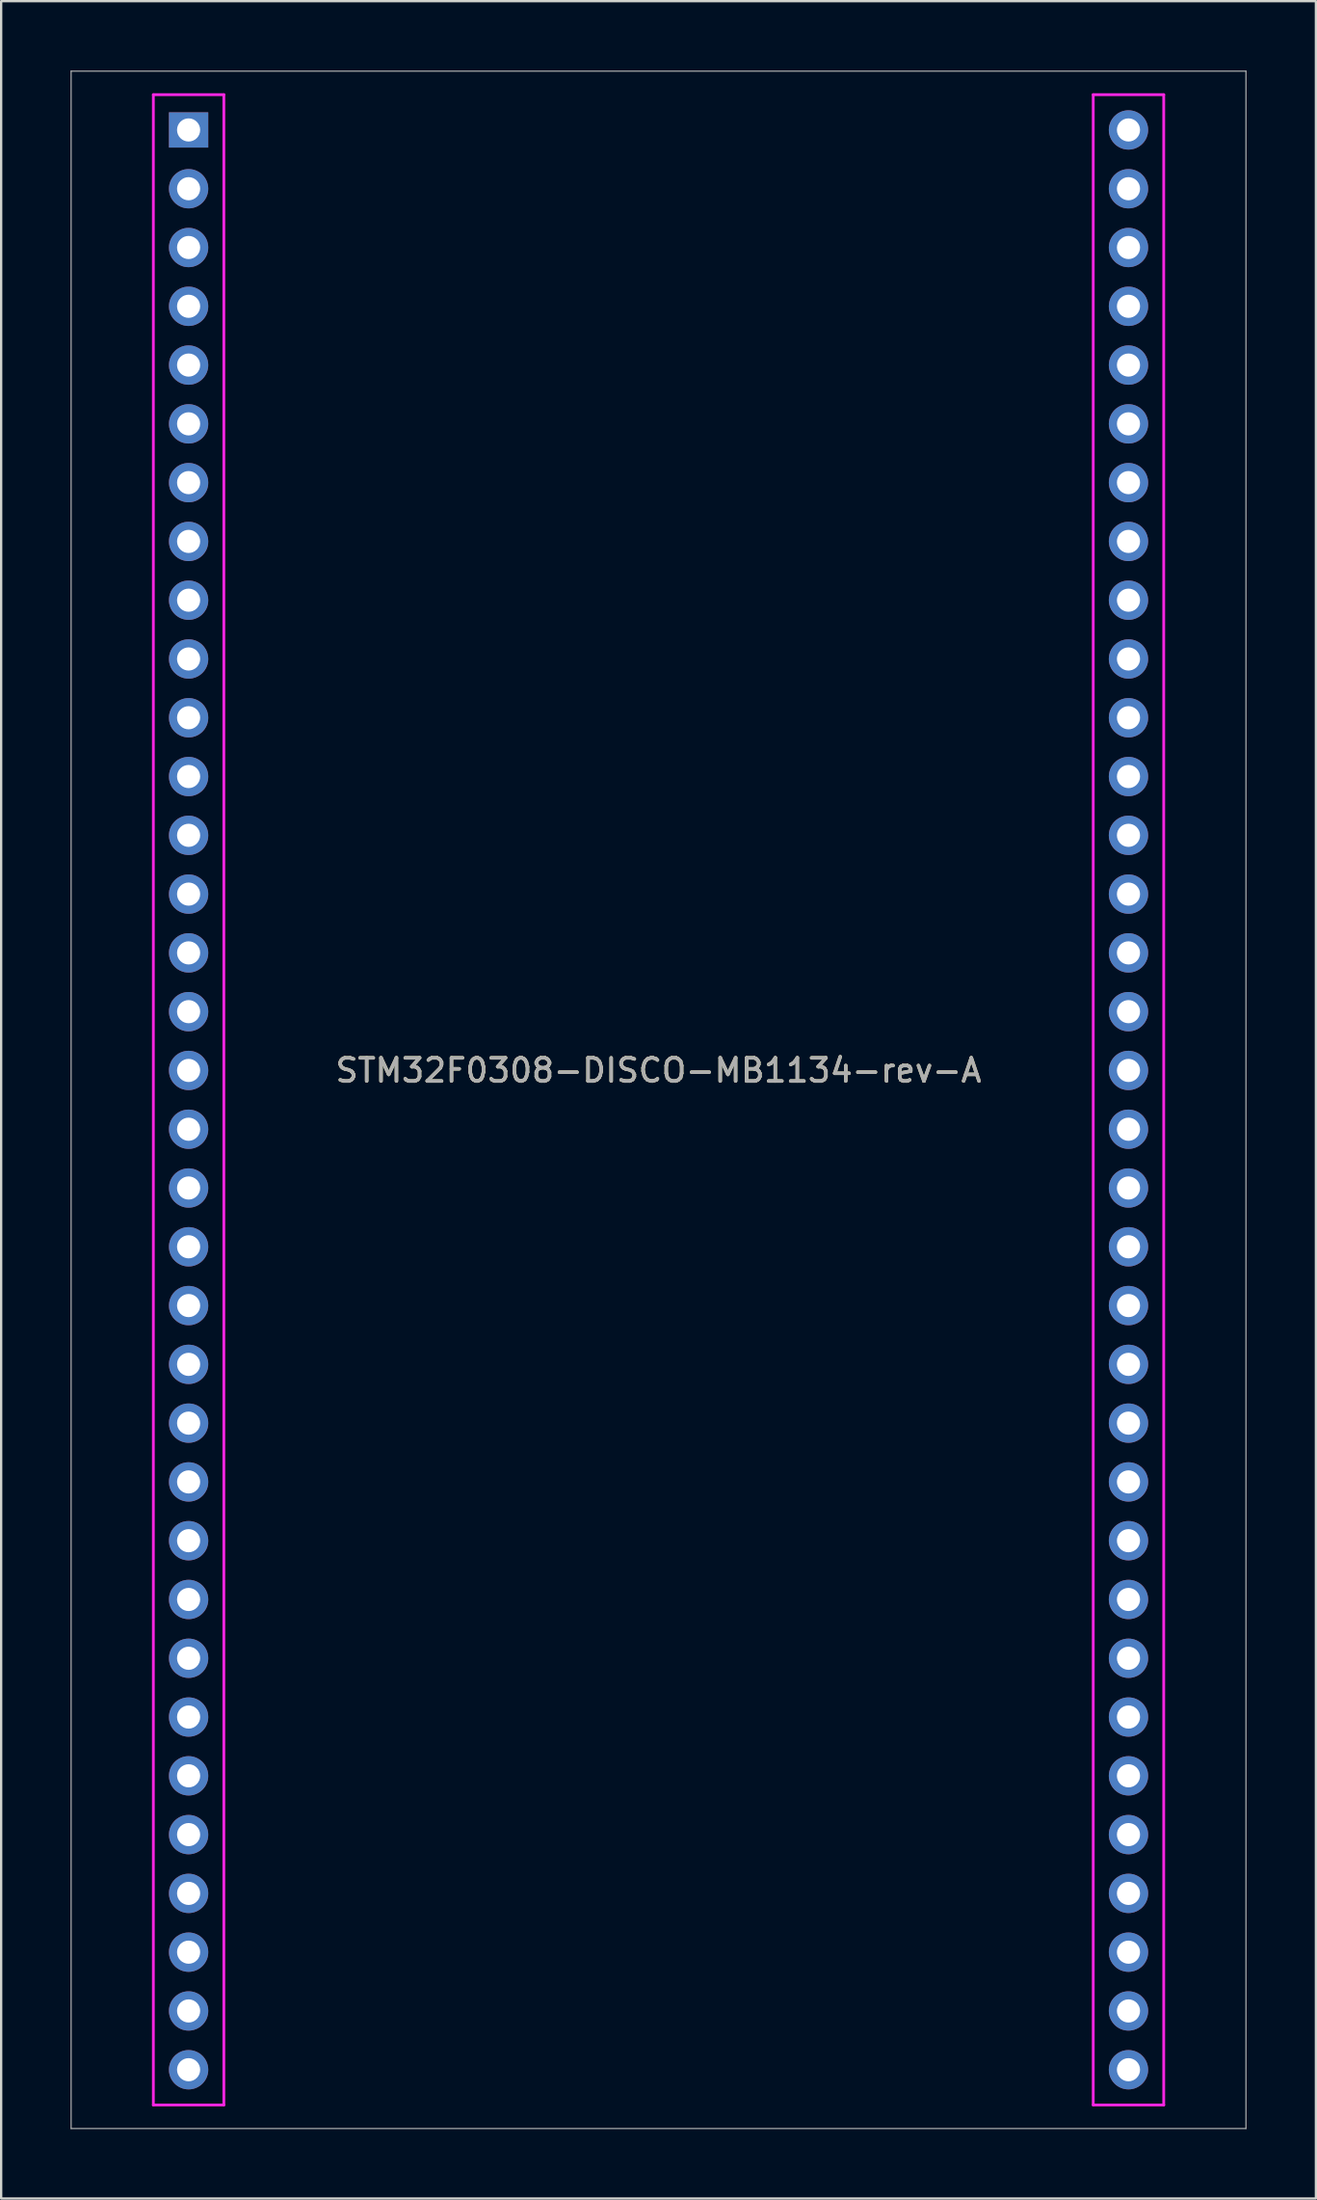
<source format=kicad_pcb>
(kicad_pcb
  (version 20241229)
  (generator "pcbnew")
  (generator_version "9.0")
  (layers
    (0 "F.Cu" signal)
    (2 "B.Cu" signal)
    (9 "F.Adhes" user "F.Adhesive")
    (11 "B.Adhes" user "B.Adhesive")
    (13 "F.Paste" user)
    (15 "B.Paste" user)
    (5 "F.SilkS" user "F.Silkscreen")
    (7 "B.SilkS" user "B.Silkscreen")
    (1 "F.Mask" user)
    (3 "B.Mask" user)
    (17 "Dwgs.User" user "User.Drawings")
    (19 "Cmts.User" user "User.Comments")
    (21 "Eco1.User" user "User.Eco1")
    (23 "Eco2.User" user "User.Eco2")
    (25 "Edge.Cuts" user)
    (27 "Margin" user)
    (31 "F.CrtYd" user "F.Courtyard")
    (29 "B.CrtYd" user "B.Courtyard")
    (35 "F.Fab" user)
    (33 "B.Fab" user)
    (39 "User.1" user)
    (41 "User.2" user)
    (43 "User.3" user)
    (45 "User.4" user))
  (footprint "STM32F0308-DISCO-MB1134-rev-A"
    (layer "F.Cu")
    (at 25.425 43.205)
    (property "Reference" "STM32F0308-DISCO-MB1134-rev-A" (at 0 0 0) (layer "F.SilkS") (effects (font (size 1 1) (thickness 0.15))))
    (attr through_hole)
    (fp_line (start -21.844 -42.164) (end -21.844 44.704) (stroke (width 0.12) (type solid)) (layer "F.CrtYd"))
    (fp_line (start -21.844 44.704) (end -18.796 44.704) (stroke (width 0.12) (type solid)) (layer "F.CrtYd"))
    (fp_line (start -18.796 -42.164) (end -21.844 -42.164) (stroke (width 0.12) (type solid)) (layer "F.CrtYd"))
    (fp_line (start -18.796 44.704) (end -18.796 -42.164) (stroke (width 0.12) (type solid)) (layer "F.CrtYd"))
    (fp_line (start 18.796 -42.164) (end 18.796 44.704) (stroke (width 0.12) (type solid)) (layer "F.CrtYd"))
    (fp_line (start 18.796 44.704) (end 21.844 44.704) (stroke (width 0.12) (type solid)) (layer "F.CrtYd"))
    (fp_line (start 21.844 -42.164) (end 18.796 -42.164) (stroke (width 0.12) (type solid)) (layer "F.CrtYd"))
    (fp_line (start 21.844 44.704) (end 21.844 -42.164) (stroke (width 0.12) (type solid)) (layer "F.CrtYd"))
    (fp_line (start -25.4 -43.18) (end 25.4 -43.18) (stroke (width 0.05) (type solid)) (layer "F.Fab"))
    (fp_line (start -25.4 45.72) (end -25.4 -43.18) (stroke (width 0.05) (type solid)) (layer "F.Fab"))
    (fp_line (start 25.4 -43.18) (end 25.4 45.72) (stroke (width 0.05) (type solid)) (layer "F.Fab"))
    (fp_line (start 25.4 45.72) (end -25.4 45.72) (stroke (width 0.05) (type solid)) (layer "F.Fab"))
    (fp_text user "${REFERENCE}" (at 0 0 0) (layer "F.Fab") (effects (font (size 1 1) (thickness 0.15))))
    (pad "1" thru_hole rect (at -20.32 -40.64) (size 1.7 1.524) (drill 1) (layers "*.Cu" "*.Mask"))
    (pad "2" thru_hole circle (at -20.32 -38.1) (size 1.7 1.7) (drill 1) (layers "*.Cu" "*.Mask"))
    (pad "3" thru_hole circle (at -20.32 -35.56) (size 1.7 1.7) (drill 1) (layers "*.Cu" "*.Mask"))
    (pad "4" thru_hole circle (at -20.32 -33.02) (size 1.7 1.7) (drill 1) (layers "*.Cu" "*.Mask"))
    (pad "5" thru_hole circle (at -20.32 -30.48) (size 1.7 1.7) (drill 1) (layers "*.Cu" "*.Mask"))
    (pad "6" thru_hole circle (at -20.32 -27.94) (size 1.7 1.7) (drill 1) (layers "*.Cu" "*.Mask"))
    (pad "7" thru_hole circle (at -20.32 -25.4) (size 1.7 1.7) (drill 1) (layers "*.Cu" "*.Mask"))
    (pad "8" thru_hole circle (at -20.32 -22.86) (size 1.7 1.7) (drill 1) (layers "*.Cu" "*.Mask"))
    (pad "9" thru_hole circle (at -20.32 -20.32) (size 1.7 1.7) (drill 1) (layers "*.Cu" "*.Mask"))
    (pad "10" thru_hole circle (at -20.32 -17.78) (size 1.7 1.7) (drill 1) (layers "*.Cu" "*.Mask"))
    (pad "11" thru_hole circle (at -20.32 -15.24) (size 1.7 1.7) (drill 1) (layers "*.Cu" "*.Mask"))
    (pad "12" thru_hole circle (at -20.32 -12.7) (size 1.7 1.7) (drill 1) (layers "*.Cu" "*.Mask"))
    (pad "13" thru_hole circle (at -20.32 -10.16) (size 1.7 1.7) (drill 1) (layers "*.Cu" "*.Mask"))
    (pad "14" thru_hole circle (at -20.32 -7.62) (size 1.7 1.7) (drill 1) (layers "*.Cu" "*.Mask"))
    (pad "15" thru_hole circle (at -20.32 -5.08) (size 1.7 1.7) (drill 1) (layers "*.Cu" "*.Mask"))
    (pad "16" thru_hole circle (at -20.32 -2.54) (size 1.7 1.7) (drill 1) (layers "*.Cu" "*.Mask"))
    (pad "17" thru_hole circle (at -20.32 0) (size 1.7 1.7) (drill 1) (layers "*.Cu" "*.Mask"))
    (pad "18" thru_hole circle (at -20.32 2.54) (size 1.7 1.7) (drill 1) (layers "*.Cu" "*.Mask"))
    (pad "19" thru_hole circle (at -20.32 5.08) (size 1.7 1.7) (drill 1) (layers "*.Cu" "*.Mask"))
    (pad "20" thru_hole circle (at -20.32 7.62) (size 1.7 1.7) (drill 1) (layers "*.Cu" "*.Mask"))
    (pad "21" thru_hole circle (at -20.32 10.16) (size 1.7 1.7) (drill 1) (layers "*.Cu" "*.Mask"))
    (pad "22" thru_hole circle (at -20.32 12.7) (size 1.7 1.7) (drill 1) (layers "*.Cu" "*.Mask"))
    (pad "23" thru_hole circle (at -20.32 15.24) (size 1.7 1.7) (drill 1) (layers "*.Cu" "*.Mask"))
    (pad "24" thru_hole circle (at -20.32 17.78) (size 1.7 1.7) (drill 1) (layers "*.Cu" "*.Mask"))
    (pad "25" thru_hole circle (at -20.32 20.32) (size 1.7 1.7) (drill 1) (layers "*.Cu" "*.Mask"))
    (pad "26" thru_hole circle (at -20.32 22.86) (size 1.7 1.7) (drill 1) (layers "*.Cu" "*.Mask"))
    (pad "27" thru_hole circle (at -20.32 25.4) (size 1.7 1.7) (drill 1) (layers "*.Cu" "*.Mask"))
    (pad "28" thru_hole circle (at -20.32 27.94) (size 1.7 1.7) (drill 1) (layers "*.Cu" "*.Mask"))
    (pad "29" thru_hole circle (at -20.32 30.48) (size 1.7 1.7) (drill 1) (layers "*.Cu" "*.Mask"))
    (pad "30" thru_hole circle (at -20.32 33.02) (size 1.7 1.7) (drill 1) (layers "*.Cu" "*.Mask"))
    (pad "31" thru_hole circle (at -20.32 35.56) (size 1.7 1.7) (drill 1) (layers "*.Cu" "*.Mask"))
    (pad "32" thru_hole circle (at -20.32 38.1) (size 1.7 1.7) (drill 1) (layers "*.Cu" "*.Mask"))
    (pad "33" thru_hole circle (at -20.32 40.64) (size 1.7 1.7) (drill 1) (layers "*.Cu" "*.Mask"))
    (pad "34" thru_hole circle (at -20.32 43.18) (size 1.7 1.7) (drill 1) (layers "*.Cu" "*.Mask"))
    (pad "35" thru_hole circle (at 20.32 43.18) (size 1.7 1.7) (drill 1) (layers "*.Cu" "*.Mask"))
    (pad "36" thru_hole circle (at 20.32 40.64) (size 1.7 1.7) (drill 1) (layers "*.Cu" "*.Mask"))
    (pad "37" thru_hole circle (at 20.32 38.1) (size 1.7 1.7) (drill 1) (layers "*.Cu" "*.Mask"))
    (pad "38" thru_hole circle (at 20.32 35.56) (size 1.7 1.7) (drill 1) (layers "*.Cu" "*.Mask"))
    (pad "39" thru_hole circle (at 20.32 33.02) (size 1.7 1.7) (drill 1) (layers "*.Cu" "*.Mask"))
    (pad "40" thru_hole circle (at 20.32 30.48) (size 1.7 1.7) (drill 1) (layers "*.Cu" "*.Mask"))
    (pad "41" thru_hole circle (at 20.32 27.94) (size 1.7 1.7) (drill 1) (layers "*.Cu" "*.Mask"))
    (pad "42" thru_hole circle (at 20.32 25.4) (size 1.7 1.7) (drill 1) (layers "*.Cu" "*.Mask"))
    (pad "43" thru_hole circle (at 20.32 22.86) (size 1.7 1.7) (drill 1) (layers "*.Cu" "*.Mask"))
    (pad "44" thru_hole circle (at 20.32 20.32) (size 1.7 1.7) (drill 1) (layers "*.Cu" "*.Mask"))
    (pad "45" thru_hole circle (at 20.32 17.78) (size 1.7 1.7) (drill 1) (layers "*.Cu" "*.Mask"))
    (pad "46" thru_hole circle (at 20.32 15.24) (size 1.7 1.7) (drill 1) (layers "*.Cu" "*.Mask"))
    (pad "47" thru_hole circle (at 20.32 12.7) (size 1.7 1.7) (drill 1) (layers "*.Cu" "*.Mask"))
    (pad "48" thru_hole circle (at 20.32 10.16) (size 1.7 1.7) (drill 1) (layers "*.Cu" "*.Mask"))
    (pad "49" thru_hole circle (at 20.32 7.62) (size 1.7 1.7) (drill 1) (layers "*.Cu" "*.Mask"))
    (pad "50" thru_hole circle (at 20.32 5.08) (size 1.7 1.7) (drill 1) (layers "*.Cu" "*.Mask"))
    (pad "51" thru_hole circle (at 20.32 2.54) (size 1.7 1.7) (drill 1) (layers "*.Cu" "*.Mask"))
    (pad "52" thru_hole circle (at 20.32 0) (size 1.7 1.7) (drill 1) (layers "*.Cu" "*.Mask"))
    (pad "53" thru_hole circle (at 20.32 -2.54) (size 1.7 1.7) (drill 1) (layers "*.Cu" "*.Mask"))
    (pad "54" thru_hole circle (at 20.32 -5.08) (size 1.7 1.7) (drill 1) (layers "*.Cu" "*.Mask"))
    (pad "55" thru_hole circle (at 20.32 -7.62) (size 1.7 1.7) (drill 1) (layers "*.Cu" "*.Mask"))
    (pad "56" thru_hole circle (at 20.32 -10.16) (size 1.7 1.7) (drill 1) (layers "*.Cu" "*.Mask"))
    (pad "57" thru_hole circle (at 20.32 -12.7) (size 1.7 1.7) (drill 1) (layers "*.Cu" "*.Mask"))
    (pad "58" thru_hole circle (at 20.32 -15.24) (size 1.7 1.7) (drill 1) (layers "*.Cu" "*.Mask"))
    (pad "59" thru_hole circle (at 20.32 -17.78) (size 1.7 1.7) (drill 1) (layers "*.Cu" "*.Mask"))
    (pad "60" thru_hole circle (at 20.32 -20.32) (size 1.7 1.7) (drill 1) (layers "*.Cu" "*.Mask"))
    (pad "61" thru_hole circle (at 20.32 -22.86) (size 1.7 1.7) (drill 1) (layers "*.Cu" "*.Mask"))
    (pad "62" thru_hole circle (at 20.32 -25.4) (size 1.7 1.7) (drill 1) (layers "*.Cu" "*.Mask"))
    (pad "63" thru_hole circle (at 20.32 -27.94) (size 1.7 1.7) (drill 1) (layers "*.Cu" "*.Mask"))
    (pad "64" thru_hole circle (at 20.32 -30.48) (size 1.7 1.7) (drill 1) (layers "*.Cu" "*.Mask"))
    (pad "65" thru_hole circle (at 20.32 -33.02) (size 1.7 1.7) (drill 1) (layers "*.Cu" "*.Mask"))
    (pad "66" thru_hole circle (at 20.32 -35.56) (size 1.7 1.7) (drill 1) (layers "*.Cu" "*.Mask"))
    (pad "67" thru_hole circle (at 20.32 -38.1) (size 1.7 1.7) (drill 1) (layers "*.Cu" "*.Mask"))
    (pad "68" thru_hole circle (at 20.32 -40.64) (size 1.7 1.7) (drill 1) (layers "*.Cu" "*.Mask")))
  (gr_rect
    (start -3 -3)
    (end 53.85 91.95)
    (stroke (width 0.1) (type default))
    (fill no)
    (layer "Edge.Cuts")))
</source>
